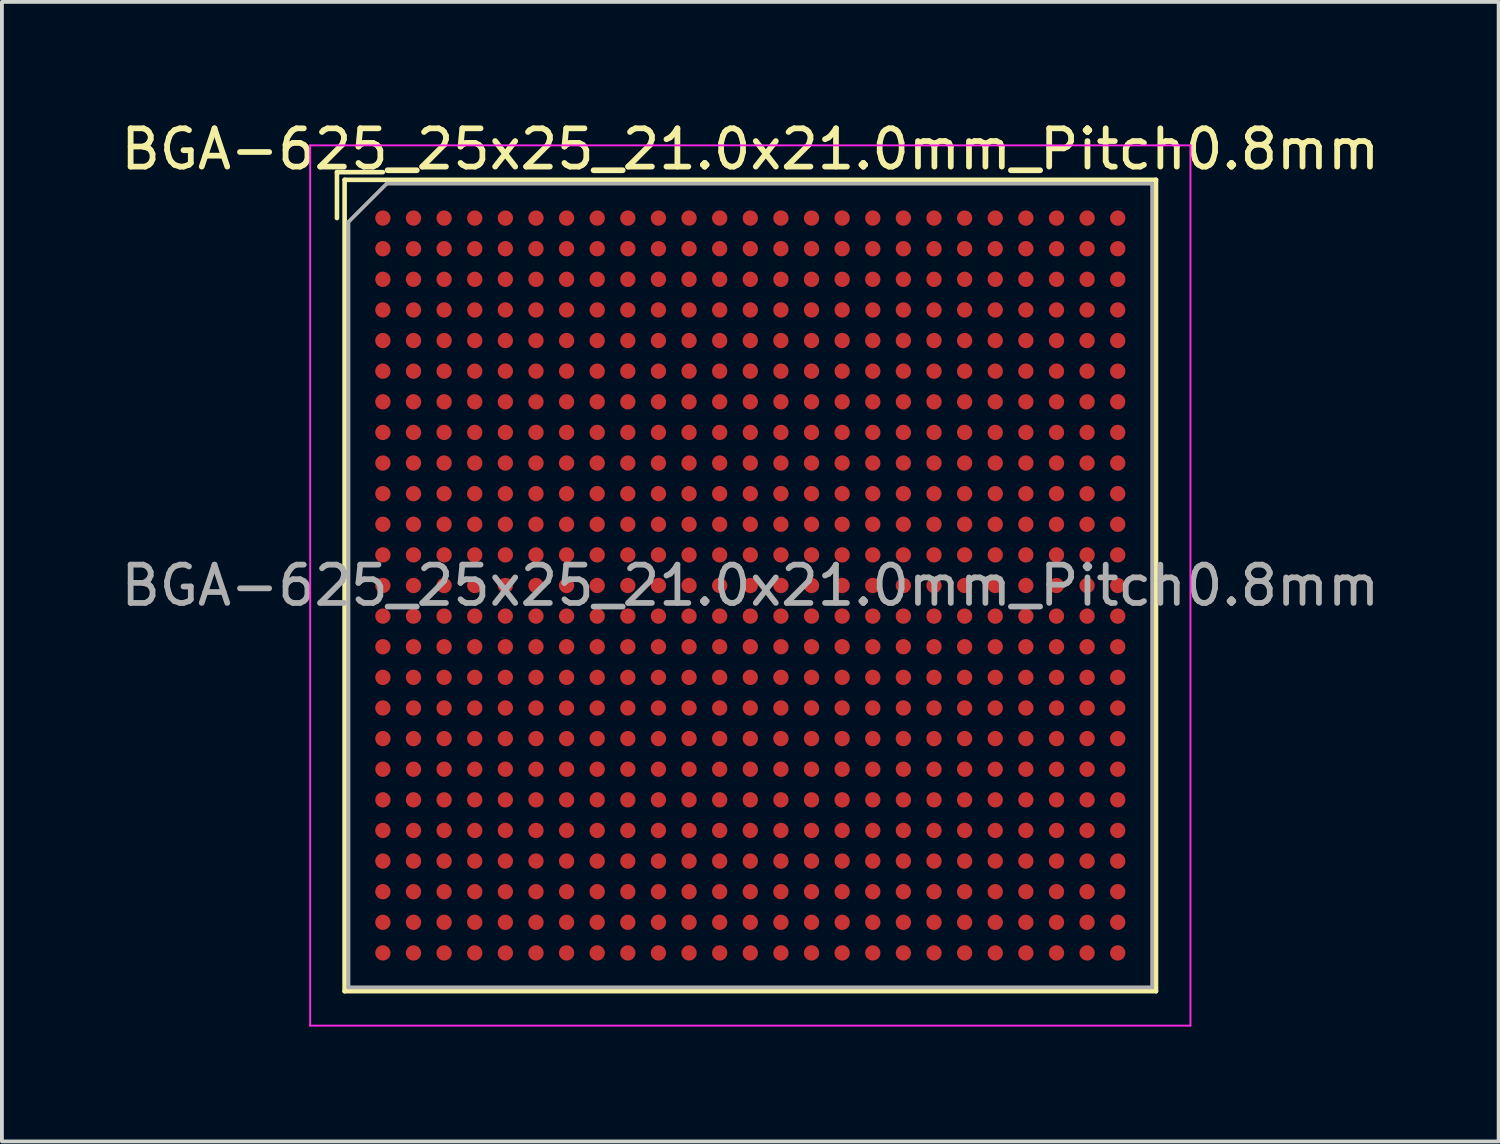
<source format=kicad_pcb>
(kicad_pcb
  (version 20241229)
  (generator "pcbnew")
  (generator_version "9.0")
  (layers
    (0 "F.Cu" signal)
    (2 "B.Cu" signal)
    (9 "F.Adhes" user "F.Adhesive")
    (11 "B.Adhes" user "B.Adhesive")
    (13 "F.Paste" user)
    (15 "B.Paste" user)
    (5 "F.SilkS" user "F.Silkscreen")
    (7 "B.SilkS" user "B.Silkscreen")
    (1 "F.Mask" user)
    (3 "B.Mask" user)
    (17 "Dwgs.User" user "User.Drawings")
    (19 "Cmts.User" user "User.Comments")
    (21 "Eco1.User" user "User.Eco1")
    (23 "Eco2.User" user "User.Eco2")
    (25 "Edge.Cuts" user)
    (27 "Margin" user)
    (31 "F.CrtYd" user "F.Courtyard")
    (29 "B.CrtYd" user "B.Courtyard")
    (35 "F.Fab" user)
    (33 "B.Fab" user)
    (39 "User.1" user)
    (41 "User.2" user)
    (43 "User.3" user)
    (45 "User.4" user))
  (footprint "BGA-625_25x25_21.0x21.0mm_Pitch0.8mm"
    (layer "F.Cu")
    (at 16.554 12.248)
    (property "Reference" "BGA-625_25x25_21.0x21.0mm_Pitch0.8mm" (at 0 -11.4 0) (layer "F.SilkS") (effects (font (size 1 1) (thickness 0.15))))
    (attr smd)
    (fp_line (start -10.8 -10.8) (end -10.8 -9.6) (stroke (width 0.12) (type solid)) (layer "F.SilkS"))
    (fp_line (start -10.6 -10.6) (end 10.6 -10.6) (stroke (width 0.12) (type solid)) (layer "F.SilkS"))
    (fp_line (start -10.6 10.6) (end -10.6 -10.6) (stroke (width 0.12) (type solid)) (layer "F.SilkS"))
    (fp_line (start -9.6 -10.8) (end -10.8 -10.8) (stroke (width 0.12) (type solid)) (layer "F.SilkS"))
    (fp_line (start 10.6 -10.6) (end 10.6 10.6) (stroke (width 0.12) (type solid)) (layer "F.SilkS"))
    (fp_line (start 10.6 10.6) (end -10.6 10.6) (stroke (width 0.12) (type solid)) (layer "F.SilkS"))
    (fp_line (start -11.5 -11.5) (end -11.5 11.5) (stroke (width 0.05) (type solid)) (layer "F.CrtYd"))
    (fp_line (start -11.5 -11.5) (end 11.5 -11.5) (stroke (width 0.05) (type solid)) (layer "F.CrtYd"))
    (fp_line (start 11.5 11.5) (end -11.5 11.5) (stroke (width 0.05) (type solid)) (layer "F.CrtYd"))
    (fp_line (start 11.5 11.5) (end 11.5 -11.5) (stroke (width 0.05) (type solid)) (layer "F.CrtYd"))
    (fp_line (start -10.5 -9.5) (end -9.5 -10.5) (stroke (width 0.1) (type solid)) (layer "F.Fab"))
    (fp_line (start -10.5 10.5) (end -10.5 -9.5) (stroke (width 0.1) (type solid)) (layer "F.Fab"))
    (fp_line (start -9.5 -10.5) (end 10.5 -10.5) (stroke (width 0.1) (type solid)) (layer "F.Fab"))
    (fp_line (start 10.5 -10.5) (end 10.5 10.5) (stroke (width 0.1) (type solid)) (layer "F.Fab"))
    (fp_line (start 10.5 10.5) (end -10.5 10.5) (stroke (width 0.1) (type solid)) (layer "F.Fab"))
    (fp_text user "${REFERENCE}" (at 0 0 0) (layer "F.Fab") (effects (font (size 1 1) (thickness 0.15))))
    (pad "A1" smd circle (at -9.6 -9.6) (size 0.4 0.4) (layers "F.Cu" "F.Mask" "F.Paste"))
    (pad "A2" smd circle (at -8.8 -9.6) (size 0.4 0.4) (layers "F.Cu" "F.Mask" "F.Paste"))
    (pad "A3" smd circle (at -8 -9.6) (size 0.4 0.4) (layers "F.Cu" "F.Mask" "F.Paste"))
    (pad "A4" smd circle (at -7.2 -9.6) (size 0.4 0.4) (layers "F.Cu" "F.Mask" "F.Paste"))
    (pad "A5" smd circle (at -6.4 -9.6) (size 0.4 0.4) (layers "F.Cu" "F.Mask" "F.Paste"))
    (pad "A6" smd circle (at -5.6 -9.6) (size 0.4 0.4) (layers "F.Cu" "F.Mask" "F.Paste"))
    (pad "A7" smd circle (at -4.8 -9.6) (size 0.4 0.4) (layers "F.Cu" "F.Mask" "F.Paste"))
    (pad "A8" smd circle (at -4 -9.6) (size 0.4 0.4) (layers "F.Cu" "F.Mask" "F.Paste"))
    (pad "A9" smd circle (at -3.2 -9.6) (size 0.4 0.4) (layers "F.Cu" "F.Mask" "F.Paste"))
    (pad "A10" smd circle (at -2.4 -9.6) (size 0.4 0.4) (layers "F.Cu" "F.Mask" "F.Paste"))
    (pad "A11" smd circle (at -1.6 -9.6) (size 0.4 0.4) (layers "F.Cu" "F.Mask" "F.Paste"))
    (pad "A12" smd circle (at -0.8 -9.6) (size 0.4 0.4) (layers "F.Cu" "F.Mask" "F.Paste"))
    (pad "A13" smd circle (at 0 -9.6) (size 0.4 0.4) (layers "F.Cu" "F.Mask" "F.Paste"))
    (pad "A14" smd circle (at 0.8 -9.6) (size 0.4 0.4) (layers "F.Cu" "F.Mask" "F.Paste"))
    (pad "A15" smd circle (at 1.6 -9.6) (size 0.4 0.4) (layers "F.Cu" "F.Mask" "F.Paste"))
    (pad "A16" smd circle (at 2.4 -9.6) (size 0.4 0.4) (layers "F.Cu" "F.Mask" "F.Paste"))
    (pad "A17" smd circle (at 3.2 -9.6) (size 0.4 0.4) (layers "F.Cu" "F.Mask" "F.Paste"))
    (pad "A18" smd circle (at 4 -9.6) (size 0.4 0.4) (layers "F.Cu" "F.Mask" "F.Paste"))
    (pad "A19" smd circle (at 4.8 -9.6) (size 0.4 0.4) (layers "F.Cu" "F.Mask" "F.Paste"))
    (pad "A20" smd circle (at 5.6 -9.6) (size 0.4 0.4) (layers "F.Cu" "F.Mask" "F.Paste"))
    (pad "A21" smd circle (at 6.4 -9.6) (size 0.4 0.4) (layers "F.Cu" "F.Mask" "F.Paste"))
    (pad "A22" smd circle (at 7.2 -9.6) (size 0.4 0.4) (layers "F.Cu" "F.Mask" "F.Paste"))
    (pad "A23" smd circle (at 8 -9.6) (size 0.4 0.4) (layers "F.Cu" "F.Mask" "F.Paste"))
    (pad "A24" smd circle (at 8.8 -9.6) (size 0.4 0.4) (layers "F.Cu" "F.Mask" "F.Paste"))
    (pad "A25" smd circle (at 9.6 -9.6) (size 0.4 0.4) (layers "F.Cu" "F.Mask" "F.Paste"))
    (pad "AA1" smd circle (at -9.6 6.4) (size 0.4 0.4) (layers "F.Cu" "F.Mask" "F.Paste"))
    (pad "AA2" smd circle (at -8.8 6.4) (size 0.4 0.4) (layers "F.Cu" "F.Mask" "F.Paste"))
    (pad "AA3" smd circle (at -8 6.4) (size 0.4 0.4) (layers "F.Cu" "F.Mask" "F.Paste"))
    (pad "AA4" smd circle (at -7.2 6.4) (size 0.4 0.4) (layers "F.Cu" "F.Mask" "F.Paste"))
    (pad "AA5" smd circle (at -6.4 6.4) (size 0.4 0.4) (layers "F.Cu" "F.Mask" "F.Paste"))
    (pad "AA6" smd circle (at -5.6 6.4) (size 0.4 0.4) (layers "F.Cu" "F.Mask" "F.Paste"))
    (pad "AA7" smd circle (at -4.8 6.4) (size 0.4 0.4) (layers "F.Cu" "F.Mask" "F.Paste"))
    (pad "AA8" smd circle (at -4 6.4) (size 0.4 0.4) (layers "F.Cu" "F.Mask" "F.Paste"))
    (pad "AA9" smd circle (at -3.2 6.4) (size 0.4 0.4) (layers "F.Cu" "F.Mask" "F.Paste"))
    (pad "AA10" smd circle (at -2.4 6.4) (size 0.4 0.4) (layers "F.Cu" "F.Mask" "F.Paste"))
    (pad "AA11" smd circle (at -1.6 6.4) (size 0.4 0.4) (layers "F.Cu" "F.Mask" "F.Paste"))
    (pad "AA12" smd circle (at -0.8 6.4) (size 0.4 0.4) (layers "F.Cu" "F.Mask" "F.Paste"))
    (pad "AA13" smd circle (at 0 6.4) (size 0.4 0.4) (layers "F.Cu" "F.Mask" "F.Paste"))
    (pad "AA14" smd circle (at 0.8 6.4) (size 0.4 0.4) (layers "F.Cu" "F.Mask" "F.Paste"))
    (pad "AA15" smd circle (at 1.6 6.4) (size 0.4 0.4) (layers "F.Cu" "F.Mask" "F.Paste"))
    (pad "AA16" smd circle (at 2.4 6.4) (size 0.4 0.4) (layers "F.Cu" "F.Mask" "F.Paste"))
    (pad "AA17" smd circle (at 3.2 6.4) (size 0.4 0.4) (layers "F.Cu" "F.Mask" "F.Paste"))
    (pad "AA18" smd circle (at 4 6.4) (size 0.4 0.4) (layers "F.Cu" "F.Mask" "F.Paste"))
    (pad "AA19" smd circle (at 4.8 6.4) (size 0.4 0.4) (layers "F.Cu" "F.Mask" "F.Paste"))
    (pad "AA20" smd circle (at 5.6 6.4) (size 0.4 0.4) (layers "F.Cu" "F.Mask" "F.Paste"))
    (pad "AA21" smd circle (at 6.4 6.4) (size 0.4 0.4) (layers "F.Cu" "F.Mask" "F.Paste"))
    (pad "AA22" smd circle (at 7.2 6.4) (size 0.4 0.4) (layers "F.Cu" "F.Mask" "F.Paste"))
    (pad "AA23" smd circle (at 8 6.4) (size 0.4 0.4) (layers "F.Cu" "F.Mask" "F.Paste"))
    (pad "AA24" smd circle (at 8.8 6.4) (size 0.4 0.4) (layers "F.Cu" "F.Mask" "F.Paste"))
    (pad "AA25" smd circle (at 9.6 6.4) (size 0.4 0.4) (layers "F.Cu" "F.Mask" "F.Paste"))
    (pad "AB1" smd circle (at -9.6 7.2) (size 0.4 0.4) (layers "F.Cu" "F.Mask" "F.Paste"))
    (pad "AB2" smd circle (at -8.8 7.2) (size 0.4 0.4) (layers "F.Cu" "F.Mask" "F.Paste"))
    (pad "AB3" smd circle (at -8 7.2) (size 0.4 0.4) (layers "F.Cu" "F.Mask" "F.Paste"))
    (pad "AB4" smd circle (at -7.2 7.2) (size 0.4 0.4) (layers "F.Cu" "F.Mask" "F.Paste"))
    (pad "AB5" smd circle (at -6.4 7.2) (size 0.4 0.4) (layers "F.Cu" "F.Mask" "F.Paste"))
    (pad "AB6" smd circle (at -5.6 7.2) (size 0.4 0.4) (layers "F.Cu" "F.Mask" "F.Paste"))
    (pad "AB7" smd circle (at -4.8 7.2) (size 0.4 0.4) (layers "F.Cu" "F.Mask" "F.Paste"))
    (pad "AB8" smd circle (at -4 7.2) (size 0.4 0.4) (layers "F.Cu" "F.Mask" "F.Paste"))
    (pad "AB9" smd circle (at -3.2 7.2) (size 0.4 0.4) (layers "F.Cu" "F.Mask" "F.Paste"))
    (pad "AB10" smd circle (at -2.4 7.2) (size 0.4 0.4) (layers "F.Cu" "F.Mask" "F.Paste"))
    (pad "AB11" smd circle (at -1.6 7.2) (size 0.4 0.4) (layers "F.Cu" "F.Mask" "F.Paste"))
    (pad "AB12" smd circle (at -0.8 7.2) (size 0.4 0.4) (layers "F.Cu" "F.Mask" "F.Paste"))
    (pad "AB13" smd circle (at 0 7.2) (size 0.4 0.4) (layers "F.Cu" "F.Mask" "F.Paste"))
    (pad "AB14" smd circle (at 0.8 7.2) (size 0.4 0.4) (layers "F.Cu" "F.Mask" "F.Paste"))
    (pad "AB15" smd circle (at 1.6 7.2) (size 0.4 0.4) (layers "F.Cu" "F.Mask" "F.Paste"))
    (pad "AB16" smd circle (at 2.4 7.2) (size 0.4 0.4) (layers "F.Cu" "F.Mask" "F.Paste"))
    (pad "AB17" smd circle (at 3.2 7.2) (size 0.4 0.4) (layers "F.Cu" "F.Mask" "F.Paste"))
    (pad "AB18" smd circle (at 4 7.2) (size 0.4 0.4) (layers "F.Cu" "F.Mask" "F.Paste"))
    (pad "AB19" smd circle (at 4.8 7.2) (size 0.4 0.4) (layers "F.Cu" "F.Mask" "F.Paste"))
    (pad "AB20" smd circle (at 5.6 7.2) (size 0.4 0.4) (layers "F.Cu" "F.Mask" "F.Paste"))
    (pad "AB21" smd circle (at 6.4 7.2) (size 0.4 0.4) (layers "F.Cu" "F.Mask" "F.Paste"))
    (pad "AB22" smd circle (at 7.2 7.2) (size 0.4 0.4) (layers "F.Cu" "F.Mask" "F.Paste"))
    (pad "AB23" smd circle (at 8 7.2) (size 0.4 0.4) (layers "F.Cu" "F.Mask" "F.Paste"))
    (pad "AB24" smd circle (at 8.8 7.2) (size 0.4 0.4) (layers "F.Cu" "F.Mask" "F.Paste"))
    (pad "AB25" smd circle (at 9.6 7.2) (size 0.4 0.4) (layers "F.Cu" "F.Mask" "F.Paste"))
    (pad "AC1" smd circle (at -9.6 8) (size 0.4 0.4) (layers "F.Cu" "F.Mask" "F.Paste"))
    (pad "AC2" smd circle (at -8.8 8) (size 0.4 0.4) (layers "F.Cu" "F.Mask" "F.Paste"))
    (pad "AC3" smd circle (at -8 8) (size 0.4 0.4) (layers "F.Cu" "F.Mask" "F.Paste"))
    (pad "AC4" smd circle (at -7.2 8) (size 0.4 0.4) (layers "F.Cu" "F.Mask" "F.Paste"))
    (pad "AC5" smd circle (at -6.4 8) (size 0.4 0.4) (layers "F.Cu" "F.Mask" "F.Paste"))
    (pad "AC6" smd circle (at -5.6 8) (size 0.4 0.4) (layers "F.Cu" "F.Mask" "F.Paste"))
    (pad "AC7" smd circle (at -4.8 8) (size 0.4 0.4) (layers "F.Cu" "F.Mask" "F.Paste"))
    (pad "AC8" smd circle (at -4 8) (size 0.4 0.4) (layers "F.Cu" "F.Mask" "F.Paste"))
    (pad "AC9" smd circle (at -3.2 8) (size 0.4 0.4) (layers "F.Cu" "F.Mask" "F.Paste"))
    (pad "AC10" smd circle (at -2.4 8) (size 0.4 0.4) (layers "F.Cu" "F.Mask" "F.Paste"))
    (pad "AC11" smd circle (at -1.6 8) (size 0.4 0.4) (layers "F.Cu" "F.Mask" "F.Paste"))
    (pad "AC12" smd circle (at -0.8 8) (size 0.4 0.4) (layers "F.Cu" "F.Mask" "F.Paste"))
    (pad "AC13" smd circle (at 0 8) (size 0.4 0.4) (layers "F.Cu" "F.Mask" "F.Paste"))
    (pad "AC14" smd circle (at 0.8 8) (size 0.4 0.4) (layers "F.Cu" "F.Mask" "F.Paste"))
    (pad "AC15" smd circle (at 1.6 8) (size 0.4 0.4) (layers "F.Cu" "F.Mask" "F.Paste"))
    (pad "AC16" smd circle (at 2.4 8) (size 0.4 0.4) (layers "F.Cu" "F.Mask" "F.Paste"))
    (pad "AC17" smd circle (at 3.2 8) (size 0.4 0.4) (layers "F.Cu" "F.Mask" "F.Paste"))
    (pad "AC18" smd circle (at 4 8) (size 0.4 0.4) (layers "F.Cu" "F.Mask" "F.Paste"))
    (pad "AC19" smd circle (at 4.8 8) (size 0.4 0.4) (layers "F.Cu" "F.Mask" "F.Paste"))
    (pad "AC20" smd circle (at 5.6 8) (size 0.4 0.4) (layers "F.Cu" "F.Mask" "F.Paste"))
    (pad "AC21" smd circle (at 6.4 8) (size 0.4 0.4) (layers "F.Cu" "F.Mask" "F.Paste"))
    (pad "AC22" smd circle (at 7.2 8) (size 0.4 0.4) (layers "F.Cu" "F.Mask" "F.Paste"))
    (pad "AC23" smd circle (at 8 8) (size 0.4 0.4) (layers "F.Cu" "F.Mask" "F.Paste"))
    (pad "AC24" smd circle (at 8.8 8) (size 0.4 0.4) (layers "F.Cu" "F.Mask" "F.Paste"))
    (pad "AC25" smd circle (at 9.6 8) (size 0.4 0.4) (layers "F.Cu" "F.Mask" "F.Paste"))
    (pad "AD1" smd circle (at -9.6 8.8) (size 0.4 0.4) (layers "F.Cu" "F.Mask" "F.Paste"))
    (pad "AD2" smd circle (at -8.8 8.8) (size 0.4 0.4) (layers "F.Cu" "F.Mask" "F.Paste"))
    (pad "AD3" smd circle (at -8 8.8) (size 0.4 0.4) (layers "F.Cu" "F.Mask" "F.Paste"))
    (pad "AD4" smd circle (at -7.2 8.8) (size 0.4 0.4) (layers "F.Cu" "F.Mask" "F.Paste"))
    (pad "AD5" smd circle (at -6.4 8.8) (size 0.4 0.4) (layers "F.Cu" "F.Mask" "F.Paste"))
    (pad "AD6" smd circle (at -5.6 8.8) (size 0.4 0.4) (layers "F.Cu" "F.Mask" "F.Paste"))
    (pad "AD7" smd circle (at -4.8 8.8) (size 0.4 0.4) (layers "F.Cu" "F.Mask" "F.Paste"))
    (pad "AD8" smd circle (at -4 8.8) (size 0.4 0.4) (layers "F.Cu" "F.Mask" "F.Paste"))
    (pad "AD9" smd circle (at -3.2 8.8) (size 0.4 0.4) (layers "F.Cu" "F.Mask" "F.Paste"))
    (pad "AD10" smd circle (at -2.4 8.8) (size 0.4 0.4) (layers "F.Cu" "F.Mask" "F.Paste"))
    (pad "AD11" smd circle (at -1.6 8.8) (size 0.4 0.4) (layers "F.Cu" "F.Mask" "F.Paste"))
    (pad "AD12" smd circle (at -0.8 8.8) (size 0.4 0.4) (layers "F.Cu" "F.Mask" "F.Paste"))
    (pad "AD13" smd circle (at 0 8.8) (size 0.4 0.4) (layers "F.Cu" "F.Mask" "F.Paste"))
    (pad "AD14" smd circle (at 0.8 8.8) (size 0.4 0.4) (layers "F.Cu" "F.Mask" "F.Paste"))
    (pad "AD15" smd circle (at 1.6 8.8) (size 0.4 0.4) (layers "F.Cu" "F.Mask" "F.Paste"))
    (pad "AD16" smd circle (at 2.4 8.8) (size 0.4 0.4) (layers "F.Cu" "F.Mask" "F.Paste"))
    (pad "AD17" smd circle (at 3.2 8.8) (size 0.4 0.4) (layers "F.Cu" "F.Mask" "F.Paste"))
    (pad "AD18" smd circle (at 4 8.8) (size 0.4 0.4) (layers "F.Cu" "F.Mask" "F.Paste"))
    (pad "AD19" smd circle (at 4.8 8.8) (size 0.4 0.4) (layers "F.Cu" "F.Mask" "F.Paste"))
    (pad "AD20" smd circle (at 5.6 8.8) (size 0.4 0.4) (layers "F.Cu" "F.Mask" "F.Paste"))
    (pad "AD21" smd circle (at 6.4 8.8) (size 0.4 0.4) (layers "F.Cu" "F.Mask" "F.Paste"))
    (pad "AD22" smd circle (at 7.2 8.8) (size 0.4 0.4) (layers "F.Cu" "F.Mask" "F.Paste"))
    (pad "AD23" smd circle (at 8 8.8) (size 0.4 0.4) (layers "F.Cu" "F.Mask" "F.Paste"))
    (pad "AD24" smd circle (at 8.8 8.8) (size 0.4 0.4) (layers "F.Cu" "F.Mask" "F.Paste"))
    (pad "AD25" smd circle (at 9.6 8.8) (size 0.4 0.4) (layers "F.Cu" "F.Mask" "F.Paste"))
    (pad "AE1" smd circle (at -9.6 9.6) (size 0.4 0.4) (layers "F.Cu" "F.Mask" "F.Paste"))
    (pad "AE2" smd circle (at -8.8 9.6) (size 0.4 0.4) (layers "F.Cu" "F.Mask" "F.Paste"))
    (pad "AE3" smd circle (at -8 9.6) (size 0.4 0.4) (layers "F.Cu" "F.Mask" "F.Paste"))
    (pad "AE4" smd circle (at -7.2 9.6) (size 0.4 0.4) (layers "F.Cu" "F.Mask" "F.Paste"))
    (pad "AE5" smd circle (at -6.4 9.6) (size 0.4 0.4) (layers "F.Cu" "F.Mask" "F.Paste"))
    (pad "AE6" smd circle (at -5.6 9.6) (size 0.4 0.4) (layers "F.Cu" "F.Mask" "F.Paste"))
    (pad "AE7" smd circle (at -4.8 9.6) (size 0.4 0.4) (layers "F.Cu" "F.Mask" "F.Paste"))
    (pad "AE8" smd circle (at -4 9.6) (size 0.4 0.4) (layers "F.Cu" "F.Mask" "F.Paste"))
    (pad "AE9" smd circle (at -3.2 9.6) (size 0.4 0.4) (layers "F.Cu" "F.Mask" "F.Paste"))
    (pad "AE10" smd circle (at -2.4 9.6) (size 0.4 0.4) (layers "F.Cu" "F.Mask" "F.Paste"))
    (pad "AE11" smd circle (at -1.6 9.6) (size 0.4 0.4) (layers "F.Cu" "F.Mask" "F.Paste"))
    (pad "AE12" smd circle (at -0.8 9.6) (size 0.4 0.4) (layers "F.Cu" "F.Mask" "F.Paste"))
    (pad "AE13" smd circle (at 0 9.6) (size 0.4 0.4) (layers "F.Cu" "F.Mask" "F.Paste"))
    (pad "AE14" smd circle (at 0.8 9.6) (size 0.4 0.4) (layers "F.Cu" "F.Mask" "F.Paste"))
    (pad "AE15" smd circle (at 1.6 9.6) (size 0.4 0.4) (layers "F.Cu" "F.Mask" "F.Paste"))
    (pad "AE16" smd circle (at 2.4 9.6) (size 0.4 0.4) (layers "F.Cu" "F.Mask" "F.Paste"))
    (pad "AE17" smd circle (at 3.2 9.6) (size 0.4 0.4) (layers "F.Cu" "F.Mask" "F.Paste"))
    (pad "AE18" smd circle (at 4 9.6) (size 0.4 0.4) (layers "F.Cu" "F.Mask" "F.Paste"))
    (pad "AE19" smd circle (at 4.8 9.6) (size 0.4 0.4) (layers "F.Cu" "F.Mask" "F.Paste"))
    (pad "AE20" smd circle (at 5.6 9.6) (size 0.4 0.4) (layers "F.Cu" "F.Mask" "F.Paste"))
    (pad "AE21" smd circle (at 6.4 9.6) (size 0.4 0.4) (layers "F.Cu" "F.Mask" "F.Paste"))
    (pad "AE22" smd circle (at 7.2 9.6) (size 0.4 0.4) (layers "F.Cu" "F.Mask" "F.Paste"))
    (pad "AE23" smd circle (at 8 9.6) (size 0.4 0.4) (layers "F.Cu" "F.Mask" "F.Paste"))
    (pad "AE24" smd circle (at 8.8 9.6) (size 0.4 0.4) (layers "F.Cu" "F.Mask" "F.Paste"))
    (pad "AE25" smd circle (at 9.6 9.6) (size 0.4 0.4) (layers "F.Cu" "F.Mask" "F.Paste"))
    (pad "B1" smd circle (at -9.6 -8.8) (size 0.4 0.4) (layers "F.Cu" "F.Mask" "F.Paste"))
    (pad "B2" smd circle (at -8.8 -8.8) (size 0.4 0.4) (layers "F.Cu" "F.Mask" "F.Paste"))
    (pad "B3" smd circle (at -8 -8.8) (size 0.4 0.4) (layers "F.Cu" "F.Mask" "F.Paste"))
    (pad "B4" smd circle (at -7.2 -8.8) (size 0.4 0.4) (layers "F.Cu" "F.Mask" "F.Paste"))
    (pad "B5" smd circle (at -6.4 -8.8) (size 0.4 0.4) (layers "F.Cu" "F.Mask" "F.Paste"))
    (pad "B6" smd circle (at -5.6 -8.8) (size 0.4 0.4) (layers "F.Cu" "F.Mask" "F.Paste"))
    (pad "B7" smd circle (at -4.8 -8.8) (size 0.4 0.4) (layers "F.Cu" "F.Mask" "F.Paste"))
    (pad "B8" smd circle (at -4 -8.8) (size 0.4 0.4) (layers "F.Cu" "F.Mask" "F.Paste"))
    (pad "B9" smd circle (at -3.2 -8.8) (size 0.4 0.4) (layers "F.Cu" "F.Mask" "F.Paste"))
    (pad "B10" smd circle (at -2.4 -8.8) (size 0.4 0.4) (layers "F.Cu" "F.Mask" "F.Paste"))
    (pad "B11" smd circle (at -1.6 -8.8) (size 0.4 0.4) (layers "F.Cu" "F.Mask" "F.Paste"))
    (pad "B12" smd circle (at -0.8 -8.8) (size 0.4 0.4) (layers "F.Cu" "F.Mask" "F.Paste"))
    (pad "B13" smd circle (at 0 -8.8) (size 0.4 0.4) (layers "F.Cu" "F.Mask" "F.Paste"))
    (pad "B14" smd circle (at 0.8 -8.8) (size 0.4 0.4) (layers "F.Cu" "F.Mask" "F.Paste"))
    (pad "B15" smd circle (at 1.6 -8.8) (size 0.4 0.4) (layers "F.Cu" "F.Mask" "F.Paste"))
    (pad "B16" smd circle (at 2.4 -8.8) (size 0.4 0.4) (layers "F.Cu" "F.Mask" "F.Paste"))
    (pad "B17" smd circle (at 3.2 -8.8) (size 0.4 0.4) (layers "F.Cu" "F.Mask" "F.Paste"))
    (pad "B18" smd circle (at 4 -8.8) (size 0.4 0.4) (layers "F.Cu" "F.Mask" "F.Paste"))
    (pad "B19" smd circle (at 4.8 -8.8) (size 0.4 0.4) (layers "F.Cu" "F.Mask" "F.Paste"))
    (pad "B20" smd circle (at 5.6 -8.8) (size 0.4 0.4) (layers "F.Cu" "F.Mask" "F.Paste"))
    (pad "B21" smd circle (at 6.4 -8.8) (size 0.4 0.4) (layers "F.Cu" "F.Mask" "F.Paste"))
    (pad "B22" smd circle (at 7.2 -8.8) (size 0.4 0.4) (layers "F.Cu" "F.Mask" "F.Paste"))
    (pad "B23" smd circle (at 8 -8.8) (size 0.4 0.4) (layers "F.Cu" "F.Mask" "F.Paste"))
    (pad "B24" smd circle (at 8.8 -8.8) (size 0.4 0.4) (layers "F.Cu" "F.Mask" "F.Paste"))
    (pad "B25" smd circle (at 9.6 -8.8) (size 0.4 0.4) (layers "F.Cu" "F.Mask" "F.Paste"))
    (pad "C1" smd circle (at -9.6 -8) (size 0.4 0.4) (layers "F.Cu" "F.Mask" "F.Paste"))
    (pad "C2" smd circle (at -8.8 -8) (size 0.4 0.4) (layers "F.Cu" "F.Mask" "F.Paste"))
    (pad "C3" smd circle (at -8 -8) (size 0.4 0.4) (layers "F.Cu" "F.Mask" "F.Paste"))
    (pad "C4" smd circle (at -7.2 -8) (size 0.4 0.4) (layers "F.Cu" "F.Mask" "F.Paste"))
    (pad "C5" smd circle (at -6.4 -8) (size 0.4 0.4) (layers "F.Cu" "F.Mask" "F.Paste"))
    (pad "C6" smd circle (at -5.6 -8) (size 0.4 0.4) (layers "F.Cu" "F.Mask" "F.Paste"))
    (pad "C7" smd circle (at -4.8 -8) (size 0.4 0.4) (layers "F.Cu" "F.Mask" "F.Paste"))
    (pad "C8" smd circle (at -4 -8) (size 0.4 0.4) (layers "F.Cu" "F.Mask" "F.Paste"))
    (pad "C9" smd circle (at -3.2 -8) (size 0.4 0.4) (layers "F.Cu" "F.Mask" "F.Paste"))
    (pad "C10" smd circle (at -2.4 -8) (size 0.4 0.4) (layers "F.Cu" "F.Mask" "F.Paste"))
    (pad "C11" smd circle (at -1.6 -8) (size 0.4 0.4) (layers "F.Cu" "F.Mask" "F.Paste"))
    (pad "C12" smd circle (at -0.8 -8) (size 0.4 0.4) (layers "F.Cu" "F.Mask" "F.Paste"))
    (pad "C13" smd circle (at 0 -8) (size 0.4 0.4) (layers "F.Cu" "F.Mask" "F.Paste"))
    (pad "C14" smd circle (at 0.8 -8) (size 0.4 0.4) (layers "F.Cu" "F.Mask" "F.Paste"))
    (pad "C15" smd circle (at 1.6 -8) (size 0.4 0.4) (layers "F.Cu" "F.Mask" "F.Paste"))
    (pad "C16" smd circle (at 2.4 -8) (size 0.4 0.4) (layers "F.Cu" "F.Mask" "F.Paste"))
    (pad "C17" smd circle (at 3.2 -8) (size 0.4 0.4) (layers "F.Cu" "F.Mask" "F.Paste"))
    (pad "C18" smd circle (at 4 -8) (size 0.4 0.4) (layers "F.Cu" "F.Mask" "F.Paste"))
    (pad "C19" smd circle (at 4.8 -8) (size 0.4 0.4) (layers "F.Cu" "F.Mask" "F.Paste"))
    (pad "C20" smd circle (at 5.6 -8) (size 0.4 0.4) (layers "F.Cu" "F.Mask" "F.Paste"))
    (pad "C21" smd circle (at 6.4 -8) (size 0.4 0.4) (layers "F.Cu" "F.Mask" "F.Paste"))
    (pad "C22" smd circle (at 7.2 -8) (size 0.4 0.4) (layers "F.Cu" "F.Mask" "F.Paste"))
    (pad "C23" smd circle (at 8 -8) (size 0.4 0.4) (layers "F.Cu" "F.Mask" "F.Paste"))
    (pad "C24" smd circle (at 8.8 -8) (size 0.4 0.4) (layers "F.Cu" "F.Mask" "F.Paste"))
    (pad "C25" smd circle (at 9.6 -8) (size 0.4 0.4) (layers "F.Cu" "F.Mask" "F.Paste"))
    (pad "D1" smd circle (at -9.6 -7.2) (size 0.4 0.4) (layers "F.Cu" "F.Mask" "F.Paste"))
    (pad "D2" smd circle (at -8.8 -7.2) (size 0.4 0.4) (layers "F.Cu" "F.Mask" "F.Paste"))
    (pad "D3" smd circle (at -8 -7.2) (size 0.4 0.4) (layers "F.Cu" "F.Mask" "F.Paste"))
    (pad "D4" smd circle (at -7.2 -7.2) (size 0.4 0.4) (layers "F.Cu" "F.Mask" "F.Paste"))
    (pad "D5" smd circle (at -6.4 -7.2) (size 0.4 0.4) (layers "F.Cu" "F.Mask" "F.Paste"))
    (pad "D6" smd circle (at -5.6 -7.2) (size 0.4 0.4) (layers "F.Cu" "F.Mask" "F.Paste"))
    (pad "D7" smd circle (at -4.8 -7.2) (size 0.4 0.4) (layers "F.Cu" "F.Mask" "F.Paste"))
    (pad "D8" smd circle (at -4 -7.2) (size 0.4 0.4) (layers "F.Cu" "F.Mask" "F.Paste"))
    (pad "D9" smd circle (at -3.2 -7.2) (size 0.4 0.4) (layers "F.Cu" "F.Mask" "F.Paste"))
    (pad "D10" smd circle (at -2.4 -7.2) (size 0.4 0.4) (layers "F.Cu" "F.Mask" "F.Paste"))
    (pad "D11" smd circle (at -1.6 -7.2) (size 0.4 0.4) (layers "F.Cu" "F.Mask" "F.Paste"))
    (pad "D12" smd circle (at -0.8 -7.2) (size 0.4 0.4) (layers "F.Cu" "F.Mask" "F.Paste"))
    (pad "D13" smd circle (at 0 -7.2) (size 0.4 0.4) (layers "F.Cu" "F.Mask" "F.Paste"))
    (pad "D14" smd circle (at 0.8 -7.2) (size 0.4 0.4) (layers "F.Cu" "F.Mask" "F.Paste"))
    (pad "D15" smd circle (at 1.6 -7.2) (size 0.4 0.4) (layers "F.Cu" "F.Mask" "F.Paste"))
    (pad "D16" smd circle (at 2.4 -7.2) (size 0.4 0.4) (layers "F.Cu" "F.Mask" "F.Paste"))
    (pad "D17" smd circle (at 3.2 -7.2) (size 0.4 0.4) (layers "F.Cu" "F.Mask" "F.Paste"))
    (pad "D18" smd circle (at 4 -7.2) (size 0.4 0.4) (layers "F.Cu" "F.Mask" "F.Paste"))
    (pad "D19" smd circle (at 4.8 -7.2) (size 0.4 0.4) (layers "F.Cu" "F.Mask" "F.Paste"))
    (pad "D20" smd circle (at 5.6 -7.2) (size 0.4 0.4) (layers "F.Cu" "F.Mask" "F.Paste"))
    (pad "D21" smd circle (at 6.4 -7.2) (size 0.4 0.4) (layers "F.Cu" "F.Mask" "F.Paste"))
    (pad "D22" smd circle (at 7.2 -7.2) (size 0.4 0.4) (layers "F.Cu" "F.Mask" "F.Paste"))
    (pad "D23" smd circle (at 8 -7.2) (size 0.4 0.4) (layers "F.Cu" "F.Mask" "F.Paste"))
    (pad "D24" smd circle (at 8.8 -7.2) (size 0.4 0.4) (layers "F.Cu" "F.Mask" "F.Paste"))
    (pad "D25" smd circle (at 9.6 -7.2) (size 0.4 0.4) (layers "F.Cu" "F.Mask" "F.Paste"))
    (pad "E1" smd circle (at -9.6 -6.4) (size 0.4 0.4) (layers "F.Cu" "F.Mask" "F.Paste"))
    (pad "E2" smd circle (at -8.8 -6.4) (size 0.4 0.4) (layers "F.Cu" "F.Mask" "F.Paste"))
    (pad "E3" smd circle (at -8 -6.4) (size 0.4 0.4) (layers "F.Cu" "F.Mask" "F.Paste"))
    (pad "E4" smd circle (at -7.2 -6.4) (size 0.4 0.4) (layers "F.Cu" "F.Mask" "F.Paste"))
    (pad "E5" smd circle (at -6.4 -6.4) (size 0.4 0.4) (layers "F.Cu" "F.Mask" "F.Paste"))
    (pad "E6" smd circle (at -5.6 -6.4) (size 0.4 0.4) (layers "F.Cu" "F.Mask" "F.Paste"))
    (pad "E7" smd circle (at -4.8 -6.4) (size 0.4 0.4) (layers "F.Cu" "F.Mask" "F.Paste"))
    (pad "E8" smd circle (at -4 -6.4) (size 0.4 0.4) (layers "F.Cu" "F.Mask" "F.Paste"))
    (pad "E9" smd circle (at -3.2 -6.4) (size 0.4 0.4) (layers "F.Cu" "F.Mask" "F.Paste"))
    (pad "E10" smd circle (at -2.4 -6.4) (size 0.4 0.4) (layers "F.Cu" "F.Mask" "F.Paste"))
    (pad "E11" smd circle (at -1.6 -6.4) (size 0.4 0.4) (layers "F.Cu" "F.Mask" "F.Paste"))
    (pad "E12" smd circle (at -0.8 -6.4) (size 0.4 0.4) (layers "F.Cu" "F.Mask" "F.Paste"))
    (pad "E13" smd circle (at 0 -6.4) (size 0.4 0.4) (layers "F.Cu" "F.Mask" "F.Paste"))
    (pad "E14" smd circle (at 0.8 -6.4) (size 0.4 0.4) (layers "F.Cu" "F.Mask" "F.Paste"))
    (pad "E15" smd circle (at 1.6 -6.4) (size 0.4 0.4) (layers "F.Cu" "F.Mask" "F.Paste"))
    (pad "E16" smd circle (at 2.4 -6.4) (size 0.4 0.4) (layers "F.Cu" "F.Mask" "F.Paste"))
    (pad "E17" smd circle (at 3.2 -6.4) (size 0.4 0.4) (layers "F.Cu" "F.Mask" "F.Paste"))
    (pad "E18" smd circle (at 4 -6.4) (size 0.4 0.4) (layers "F.Cu" "F.Mask" "F.Paste"))
    (pad "E19" smd circle (at 4.8 -6.4) (size 0.4 0.4) (layers "F.Cu" "F.Mask" "F.Paste"))
    (pad "E20" smd circle (at 5.6 -6.4) (size 0.4 0.4) (layers "F.Cu" "F.Mask" "F.Paste"))
    (pad "E21" smd circle (at 6.4 -6.4) (size 0.4 0.4) (layers "F.Cu" "F.Mask" "F.Paste"))
    (pad "E22" smd circle (at 7.2 -6.4) (size 0.4 0.4) (layers "F.Cu" "F.Mask" "F.Paste"))
    (pad "E23" smd circle (at 8 -6.4) (size 0.4 0.4) (layers "F.Cu" "F.Mask" "F.Paste"))
    (pad "E24" smd circle (at 8.8 -6.4) (size 0.4 0.4) (layers "F.Cu" "F.Mask" "F.Paste"))
    (pad "E25" smd circle (at 9.6 -6.4) (size 0.4 0.4) (layers "F.Cu" "F.Mask" "F.Paste"))
    (pad "F1" smd circle (at -9.6 -5.6) (size 0.4 0.4) (layers "F.Cu" "F.Mask" "F.Paste"))
    (pad "F2" smd circle (at -8.8 -5.6) (size 0.4 0.4) (layers "F.Cu" "F.Mask" "F.Paste"))
    (pad "F3" smd circle (at -8 -5.6) (size 0.4 0.4) (layers "F.Cu" "F.Mask" "F.Paste"))
    (pad "F4" smd circle (at -7.2 -5.6) (size 0.4 0.4) (layers "F.Cu" "F.Mask" "F.Paste"))
    (pad "F5" smd circle (at -6.4 -5.6) (size 0.4 0.4) (layers "F.Cu" "F.Mask" "F.Paste"))
    (pad "F6" smd circle (at -5.6 -5.6) (size 0.4 0.4) (layers "F.Cu" "F.Mask" "F.Paste"))
    (pad "F7" smd circle (at -4.8 -5.6) (size 0.4 0.4) (layers "F.Cu" "F.Mask" "F.Paste"))
    (pad "F8" smd circle (at -4 -5.6) (size 0.4 0.4) (layers "F.Cu" "F.Mask" "F.Paste"))
    (pad "F9" smd circle (at -3.2 -5.6) (size 0.4 0.4) (layers "F.Cu" "F.Mask" "F.Paste"))
    (pad "F10" smd circle (at -2.4 -5.6) (size 0.4 0.4) (layers "F.Cu" "F.Mask" "F.Paste"))
    (pad "F11" smd circle (at -1.6 -5.6) (size 0.4 0.4) (layers "F.Cu" "F.Mask" "F.Paste"))
    (pad "F12" smd circle (at -0.8 -5.6) (size 0.4 0.4) (layers "F.Cu" "F.Mask" "F.Paste"))
    (pad "F13" smd circle (at 0 -5.6) (size 0.4 0.4) (layers "F.Cu" "F.Mask" "F.Paste"))
    (pad "F14" smd circle (at 0.8 -5.6) (size 0.4 0.4) (layers "F.Cu" "F.Mask" "F.Paste"))
    (pad "F15" smd circle (at 1.6 -5.6) (size 0.4 0.4) (layers "F.Cu" "F.Mask" "F.Paste"))
    (pad "F16" smd circle (at 2.4 -5.6) (size 0.4 0.4) (layers "F.Cu" "F.Mask" "F.Paste"))
    (pad "F17" smd circle (at 3.2 -5.6) (size 0.4 0.4) (layers "F.Cu" "F.Mask" "F.Paste"))
    (pad "F18" smd circle (at 4 -5.6) (size 0.4 0.4) (layers "F.Cu" "F.Mask" "F.Paste"))
    (pad "F19" smd circle (at 4.8 -5.6) (size 0.4 0.4) (layers "F.Cu" "F.Mask" "F.Paste"))
    (pad "F20" smd circle (at 5.6 -5.6) (size 0.4 0.4) (layers "F.Cu" "F.Mask" "F.Paste"))
    (pad "F21" smd circle (at 6.4 -5.6) (size 0.4 0.4) (layers "F.Cu" "F.Mask" "F.Paste"))
    (pad "F22" smd circle (at 7.2 -5.6) (size 0.4 0.4) (layers "F.Cu" "F.Mask" "F.Paste"))
    (pad "F23" smd circle (at 8 -5.6) (size 0.4 0.4) (layers "F.Cu" "F.Mask" "F.Paste"))
    (pad "F24" smd circle (at 8.8 -5.6) (size 0.4 0.4) (layers "F.Cu" "F.Mask" "F.Paste"))
    (pad "F25" smd circle (at 9.6 -5.6) (size 0.4 0.4) (layers "F.Cu" "F.Mask" "F.Paste"))
    (pad "G1" smd circle (at -9.6 -4.8) (size 0.4 0.4) (layers "F.Cu" "F.Mask" "F.Paste"))
    (pad "G2" smd circle (at -8.8 -4.8) (size 0.4 0.4) (layers "F.Cu" "F.Mask" "F.Paste"))
    (pad "G3" smd circle (at -8 -4.8) (size 0.4 0.4) (layers "F.Cu" "F.Mask" "F.Paste"))
    (pad "G4" smd circle (at -7.2 -4.8) (size 0.4 0.4) (layers "F.Cu" "F.Mask" "F.Paste"))
    (pad "G5" smd circle (at -6.4 -4.8) (size 0.4 0.4) (layers "F.Cu" "F.Mask" "F.Paste"))
    (pad "G6" smd circle (at -5.6 -4.8) (size 0.4 0.4) (layers "F.Cu" "F.Mask" "F.Paste"))
    (pad "G7" smd circle (at -4.8 -4.8) (size 0.4 0.4) (layers "F.Cu" "F.Mask" "F.Paste"))
    (pad "G8" smd circle (at -4 -4.8) (size 0.4 0.4) (layers "F.Cu" "F.Mask" "F.Paste"))
    (pad "G9" smd circle (at -3.2 -4.8) (size 0.4 0.4) (layers "F.Cu" "F.Mask" "F.Paste"))
    (pad "G10" smd circle (at -2.4 -4.8) (size 0.4 0.4) (layers "F.Cu" "F.Mask" "F.Paste"))
    (pad "G11" smd circle (at -1.6 -4.8) (size 0.4 0.4) (layers "F.Cu" "F.Mask" "F.Paste"))
    (pad "G12" smd circle (at -0.8 -4.8) (size 0.4 0.4) (layers "F.Cu" "F.Mask" "F.Paste"))
    (pad "G13" smd circle (at 0 -4.8) (size 0.4 0.4) (layers "F.Cu" "F.Mask" "F.Paste"))
    (pad "G14" smd circle (at 0.8 -4.8) (size 0.4 0.4) (layers "F.Cu" "F.Mask" "F.Paste"))
    (pad "G15" smd circle (at 1.6 -4.8) (size 0.4 0.4) (layers "F.Cu" "F.Mask" "F.Paste"))
    (pad "G16" smd circle (at 2.4 -4.8) (size 0.4 0.4) (layers "F.Cu" "F.Mask" "F.Paste"))
    (pad "G17" smd circle (at 3.2 -4.8) (size 0.4 0.4) (layers "F.Cu" "F.Mask" "F.Paste"))
    (pad "G18" smd circle (at 4 -4.8) (size 0.4 0.4) (layers "F.Cu" "F.Mask" "F.Paste"))
    (pad "G19" smd circle (at 4.8 -4.8) (size 0.4 0.4) (layers "F.Cu" "F.Mask" "F.Paste"))
    (pad "G20" smd circle (at 5.6 -4.8) (size 0.4 0.4) (layers "F.Cu" "F.Mask" "F.Paste"))
    (pad "G21" smd circle (at 6.4 -4.8) (size 0.4 0.4) (layers "F.Cu" "F.Mask" "F.Paste"))
    (pad "G22" smd circle (at 7.2 -4.8) (size 0.4 0.4) (layers "F.Cu" "F.Mask" "F.Paste"))
    (pad "G23" smd circle (at 8 -4.8) (size 0.4 0.4) (layers "F.Cu" "F.Mask" "F.Paste"))
    (pad "G24" smd circle (at 8.8 -4.8) (size 0.4 0.4) (layers "F.Cu" "F.Mask" "F.Paste"))
    (pad "G25" smd circle (at 9.6 -4.8) (size 0.4 0.4) (layers "F.Cu" "F.Mask" "F.Paste"))
    (pad "H1" smd circle (at -9.6 -4) (size 0.4 0.4) (layers "F.Cu" "F.Mask" "F.Paste"))
    (pad "H2" smd circle (at -8.8 -4) (size 0.4 0.4) (layers "F.Cu" "F.Mask" "F.Paste"))
    (pad "H3" smd circle (at -8 -4) (size 0.4 0.4) (layers "F.Cu" "F.Mask" "F.Paste"))
    (pad "H4" smd circle (at -7.2 -4) (size 0.4 0.4) (layers "F.Cu" "F.Mask" "F.Paste"))
    (pad "H5" smd circle (at -6.4 -4) (size 0.4 0.4) (layers "F.Cu" "F.Mask" "F.Paste"))
    (pad "H6" smd circle (at -5.6 -4) (size 0.4 0.4) (layers "F.Cu" "F.Mask" "F.Paste"))
    (pad "H7" smd circle (at -4.8 -4) (size 0.4 0.4) (layers "F.Cu" "F.Mask" "F.Paste"))
    (pad "H8" smd circle (at -4 -4) (size 0.4 0.4) (layers "F.Cu" "F.Mask" "F.Paste"))
    (pad "H9" smd circle (at -3.2 -4) (size 0.4 0.4) (layers "F.Cu" "F.Mask" "F.Paste"))
    (pad "H10" smd circle (at -2.4 -4) (size 0.4 0.4) (layers "F.Cu" "F.Mask" "F.Paste"))
    (pad "H11" smd circle (at -1.6 -4) (size 0.4 0.4) (layers "F.Cu" "F.Mask" "F.Paste"))
    (pad "H12" smd circle (at -0.8 -4) (size 0.4 0.4) (layers "F.Cu" "F.Mask" "F.Paste"))
    (pad "H13" smd circle (at 0 -4) (size 0.4 0.4) (layers "F.Cu" "F.Mask" "F.Paste"))
    (pad "H14" smd circle (at 0.8 -4) (size 0.4 0.4) (layers "F.Cu" "F.Mask" "F.Paste"))
    (pad "H15" smd circle (at 1.6 -4) (size 0.4 0.4) (layers "F.Cu" "F.Mask" "F.Paste"))
    (pad "H16" smd circle (at 2.4 -4) (size 0.4 0.4) (layers "F.Cu" "F.Mask" "F.Paste"))
    (pad "H17" smd circle (at 3.2 -4) (size 0.4 0.4) (layers "F.Cu" "F.Mask" "F.Paste"))
    (pad "H18" smd circle (at 4 -4) (size 0.4 0.4) (layers "F.Cu" "F.Mask" "F.Paste"))
    (pad "H19" smd circle (at 4.8 -4) (size 0.4 0.4) (layers "F.Cu" "F.Mask" "F.Paste"))
    (pad "H20" smd circle (at 5.6 -4) (size 0.4 0.4) (layers "F.Cu" "F.Mask" "F.Paste"))
    (pad "H21" smd circle (at 6.4 -4) (size 0.4 0.4) (layers "F.Cu" "F.Mask" "F.Paste"))
    (pad "H22" smd circle (at 7.2 -4) (size 0.4 0.4) (layers "F.Cu" "F.Mask" "F.Paste"))
    (pad "H23" smd circle (at 8 -4) (size 0.4 0.4) (layers "F.Cu" "F.Mask" "F.Paste"))
    (pad "H24" smd circle (at 8.8 -4) (size 0.4 0.4) (layers "F.Cu" "F.Mask" "F.Paste"))
    (pad "H25" smd circle (at 9.6 -4) (size 0.4 0.4) (layers "F.Cu" "F.Mask" "F.Paste"))
    (pad "J1" smd circle (at -9.6 -3.2) (size 0.4 0.4) (layers "F.Cu" "F.Mask" "F.Paste"))
    (pad "J2" smd circle (at -8.8 -3.2) (size 0.4 0.4) (layers "F.Cu" "F.Mask" "F.Paste"))
    (pad "J3" smd circle (at -8 -3.2) (size 0.4 0.4) (layers "F.Cu" "F.Mask" "F.Paste"))
    (pad "J4" smd circle (at -7.2 -3.2) (size 0.4 0.4) (layers "F.Cu" "F.Mask" "F.Paste"))
    (pad "J5" smd circle (at -6.4 -3.2) (size 0.4 0.4) (layers "F.Cu" "F.Mask" "F.Paste"))
    (pad "J6" smd circle (at -5.6 -3.2) (size 0.4 0.4) (layers "F.Cu" "F.Mask" "F.Paste"))
    (pad "J7" smd circle (at -4.8 -3.2) (size 0.4 0.4) (layers "F.Cu" "F.Mask" "F.Paste"))
    (pad "J8" smd circle (at -4 -3.2) (size 0.4 0.4) (layers "F.Cu" "F.Mask" "F.Paste"))
    (pad "J9" smd circle (at -3.2 -3.2) (size 0.4 0.4) (layers "F.Cu" "F.Mask" "F.Paste"))
    (pad "J10" smd circle (at -2.4 -3.2) (size 0.4 0.4) (layers "F.Cu" "F.Mask" "F.Paste"))
    (pad "J11" smd circle (at -1.6 -3.2) (size 0.4 0.4) (layers "F.Cu" "F.Mask" "F.Paste"))
    (pad "J12" smd circle (at -0.8 -3.2) (size 0.4 0.4) (layers "F.Cu" "F.Mask" "F.Paste"))
    (pad "J13" smd circle (at 0 -3.2) (size 0.4 0.4) (layers "F.Cu" "F.Mask" "F.Paste"))
    (pad "J14" smd circle (at 0.8 -3.2) (size 0.4 0.4) (layers "F.Cu" "F.Mask" "F.Paste"))
    (pad "J15" smd circle (at 1.6 -3.2) (size 0.4 0.4) (layers "F.Cu" "F.Mask" "F.Paste"))
    (pad "J16" smd circle (at 2.4 -3.2) (size 0.4 0.4) (layers "F.Cu" "F.Mask" "F.Paste"))
    (pad "J17" smd circle (at 3.2 -3.2) (size 0.4 0.4) (layers "F.Cu" "F.Mask" "F.Paste"))
    (pad "J18" smd circle (at 4 -3.2) (size 0.4 0.4) (layers "F.Cu" "F.Mask" "F.Paste"))
    (pad "J19" smd circle (at 4.8 -3.2) (size 0.4 0.4) (layers "F.Cu" "F.Mask" "F.Paste"))
    (pad "J20" smd circle (at 5.6 -3.2) (size 0.4 0.4) (layers "F.Cu" "F.Mask" "F.Paste"))
    (pad "J21" smd circle (at 6.4 -3.2) (size 0.4 0.4) (layers "F.Cu" "F.Mask" "F.Paste"))
    (pad "J22" smd circle (at 7.2 -3.2) (size 0.4 0.4) (layers "F.Cu" "F.Mask" "F.Paste"))
    (pad "J23" smd circle (at 8 -3.2) (size 0.4 0.4) (layers "F.Cu" "F.Mask" "F.Paste"))
    (pad "J24" smd circle (at 8.8 -3.2) (size 0.4 0.4) (layers "F.Cu" "F.Mask" "F.Paste"))
    (pad "J25" smd circle (at 9.6 -3.2) (size 0.4 0.4) (layers "F.Cu" "F.Mask" "F.Paste"))
    (pad "K1" smd circle (at -9.6 -2.4) (size 0.4 0.4) (layers "F.Cu" "F.Mask" "F.Paste"))
    (pad "K2" smd circle (at -8.8 -2.4) (size 0.4 0.4) (layers "F.Cu" "F.Mask" "F.Paste"))
    (pad "K3" smd circle (at -8 -2.4) (size 0.4 0.4) (layers "F.Cu" "F.Mask" "F.Paste"))
    (pad "K4" smd circle (at -7.2 -2.4) (size 0.4 0.4) (layers "F.Cu" "F.Mask" "F.Paste"))
    (pad "K5" smd circle (at -6.4 -2.4) (size 0.4 0.4) (layers "F.Cu" "F.Mask" "F.Paste"))
    (pad "K6" smd circle (at -5.6 -2.4) (size 0.4 0.4) (layers "F.Cu" "F.Mask" "F.Paste"))
    (pad "K7" smd circle (at -4.8 -2.4) (size 0.4 0.4) (layers "F.Cu" "F.Mask" "F.Paste"))
    (pad "K8" smd circle (at -4 -2.4) (size 0.4 0.4) (layers "F.Cu" "F.Mask" "F.Paste"))
    (pad "K9" smd circle (at -3.2 -2.4) (size 0.4 0.4) (layers "F.Cu" "F.Mask" "F.Paste"))
    (pad "K10" smd circle (at -2.4 -2.4) (size 0.4 0.4) (layers "F.Cu" "F.Mask" "F.Paste"))
    (pad "K11" smd circle (at -1.6 -2.4) (size 0.4 0.4) (layers "F.Cu" "F.Mask" "F.Paste"))
    (pad "K12" smd circle (at -0.8 -2.4) (size 0.4 0.4) (layers "F.Cu" "F.Mask" "F.Paste"))
    (pad "K13" smd circle (at 0 -2.4) (size 0.4 0.4) (layers "F.Cu" "F.Mask" "F.Paste"))
    (pad "K14" smd circle (at 0.8 -2.4) (size 0.4 0.4) (layers "F.Cu" "F.Mask" "F.Paste"))
    (pad "K15" smd circle (at 1.6 -2.4) (size 0.4 0.4) (layers "F.Cu" "F.Mask" "F.Paste"))
    (pad "K16" smd circle (at 2.4 -2.4) (size 0.4 0.4) (layers "F.Cu" "F.Mask" "F.Paste"))
    (pad "K17" smd circle (at 3.2 -2.4) (size 0.4 0.4) (layers "F.Cu" "F.Mask" "F.Paste"))
    (pad "K18" smd circle (at 4 -2.4) (size 0.4 0.4) (layers "F.Cu" "F.Mask" "F.Paste"))
    (pad "K19" smd circle (at 4.8 -2.4) (size 0.4 0.4) (layers "F.Cu" "F.Mask" "F.Paste"))
    (pad "K20" smd circle (at 5.6 -2.4) (size 0.4 0.4) (layers "F.Cu" "F.Mask" "F.Paste"))
    (pad "K21" smd circle (at 6.4 -2.4) (size 0.4 0.4) (layers "F.Cu" "F.Mask" "F.Paste"))
    (pad "K22" smd circle (at 7.2 -2.4) (size 0.4 0.4) (layers "F.Cu" "F.Mask" "F.Paste"))
    (pad "K23" smd circle (at 8 -2.4) (size 0.4 0.4) (layers "F.Cu" "F.Mask" "F.Paste"))
    (pad "K24" smd circle (at 8.8 -2.4) (size 0.4 0.4) (layers "F.Cu" "F.Mask" "F.Paste"))
    (pad "K25" smd circle (at 9.6 -2.4) (size 0.4 0.4) (layers "F.Cu" "F.Mask" "F.Paste"))
    (pad "L1" smd circle (at -9.6 -1.6) (size 0.4 0.4) (layers "F.Cu" "F.Mask" "F.Paste"))
    (pad "L2" smd circle (at -8.8 -1.6) (size 0.4 0.4) (layers "F.Cu" "F.Mask" "F.Paste"))
    (pad "L3" smd circle (at -8 -1.6) (size 0.4 0.4) (layers "F.Cu" "F.Mask" "F.Paste"))
    (pad "L4" smd circle (at -7.2 -1.6) (size 0.4 0.4) (layers "F.Cu" "F.Mask" "F.Paste"))
    (pad "L5" smd circle (at -6.4 -1.6) (size 0.4 0.4) (layers "F.Cu" "F.Mask" "F.Paste"))
    (pad "L6" smd circle (at -5.6 -1.6) (size 0.4 0.4) (layers "F.Cu" "F.Mask" "F.Paste"))
    (pad "L7" smd circle (at -4.8 -1.6) (size 0.4 0.4) (layers "F.Cu" "F.Mask" "F.Paste"))
    (pad "L8" smd circle (at -4 -1.6) (size 0.4 0.4) (layers "F.Cu" "F.Mask" "F.Paste"))
    (pad "L9" smd circle (at -3.2 -1.6) (size 0.4 0.4) (layers "F.Cu" "F.Mask" "F.Paste"))
    (pad "L10" smd circle (at -2.4 -1.6) (size 0.4 0.4) (layers "F.Cu" "F.Mask" "F.Paste"))
    (pad "L11" smd circle (at -1.6 -1.6) (size 0.4 0.4) (layers "F.Cu" "F.Mask" "F.Paste"))
    (pad "L12" smd circle (at -0.8 -1.6) (size 0.4 0.4) (layers "F.Cu" "F.Mask" "F.Paste"))
    (pad "L13" smd circle (at 0 -1.6) (size 0.4 0.4) (layers "F.Cu" "F.Mask" "F.Paste"))
    (pad "L14" smd circle (at 0.8 -1.6) (size 0.4 0.4) (layers "F.Cu" "F.Mask" "F.Paste"))
    (pad "L15" smd circle (at 1.6 -1.6) (size 0.4 0.4) (layers "F.Cu" "F.Mask" "F.Paste"))
    (pad "L16" smd circle (at 2.4 -1.6) (size 0.4 0.4) (layers "F.Cu" "F.Mask" "F.Paste"))
    (pad "L17" smd circle (at 3.2 -1.6) (size 0.4 0.4) (layers "F.Cu" "F.Mask" "F.Paste"))
    (pad "L18" smd circle (at 4 -1.6) (size 0.4 0.4) (layers "F.Cu" "F.Mask" "F.Paste"))
    (pad "L19" smd circle (at 4.8 -1.6) (size 0.4 0.4) (layers "F.Cu" "F.Mask" "F.Paste"))
    (pad "L20" smd circle (at 5.6 -1.6) (size 0.4 0.4) (layers "F.Cu" "F.Mask" "F.Paste"))
    (pad "L21" smd circle (at 6.4 -1.6) (size 0.4 0.4) (layers "F.Cu" "F.Mask" "F.Paste"))
    (pad "L22" smd circle (at 7.2 -1.6) (size 0.4 0.4) (layers "F.Cu" "F.Mask" "F.Paste"))
    (pad "L23" smd circle (at 8 -1.6) (size 0.4 0.4) (layers "F.Cu" "F.Mask" "F.Paste"))
    (pad "L24" smd circle (at 8.8 -1.6) (size 0.4 0.4) (layers "F.Cu" "F.Mask" "F.Paste"))
    (pad "L25" smd circle (at 9.6 -1.6) (size 0.4 0.4) (layers "F.Cu" "F.Mask" "F.Paste"))
    (pad "M1" smd circle (at -9.6 -0.8) (size 0.4 0.4) (layers "F.Cu" "F.Mask" "F.Paste"))
    (pad "M2" smd circle (at -8.8 -0.8) (size 0.4 0.4) (layers "F.Cu" "F.Mask" "F.Paste"))
    (pad "M3" smd circle (at -8 -0.8) (size 0.4 0.4) (layers "F.Cu" "F.Mask" "F.Paste"))
    (pad "M4" smd circle (at -7.2 -0.8) (size 0.4 0.4) (layers "F.Cu" "F.Mask" "F.Paste"))
    (pad "M5" smd circle (at -6.4 -0.8) (size 0.4 0.4) (layers "F.Cu" "F.Mask" "F.Paste"))
    (pad "M6" smd circle (at -5.6 -0.8) (size 0.4 0.4) (layers "F.Cu" "F.Mask" "F.Paste"))
    (pad "M7" smd circle (at -4.8 -0.8) (size 0.4 0.4) (layers "F.Cu" "F.Mask" "F.Paste"))
    (pad "M8" smd circle (at -4 -0.8) (size 0.4 0.4) (layers "F.Cu" "F.Mask" "F.Paste"))
    (pad "M9" smd circle (at -3.2 -0.8) (size 0.4 0.4) (layers "F.Cu" "F.Mask" "F.Paste"))
    (pad "M10" smd circle (at -2.4 -0.8) (size 0.4 0.4) (layers "F.Cu" "F.Mask" "F.Paste"))
    (pad "M11" smd circle (at -1.6 -0.8) (size 0.4 0.4) (layers "F.Cu" "F.Mask" "F.Paste"))
    (pad "M12" smd circle (at -0.8 -0.8) (size 0.4 0.4) (layers "F.Cu" "F.Mask" "F.Paste"))
    (pad "M13" smd circle (at 0 -0.8) (size 0.4 0.4) (layers "F.Cu" "F.Mask" "F.Paste"))
    (pad "M14" smd circle (at 0.8 -0.8) (size 0.4 0.4) (layers "F.Cu" "F.Mask" "F.Paste"))
    (pad "M15" smd circle (at 1.6 -0.8) (size 0.4 0.4) (layers "F.Cu" "F.Mask" "F.Paste"))
    (pad "M16" smd circle (at 2.4 -0.8) (size 0.4 0.4) (layers "F.Cu" "F.Mask" "F.Paste"))
    (pad "M17" smd circle (at 3.2 -0.8) (size 0.4 0.4) (layers "F.Cu" "F.Mask" "F.Paste"))
    (pad "M18" smd circle (at 4 -0.8) (size 0.4 0.4) (layers "F.Cu" "F.Mask" "F.Paste"))
    (pad "M19" smd circle (at 4.8 -0.8) (size 0.4 0.4) (layers "F.Cu" "F.Mask" "F.Paste"))
    (pad "M20" smd circle (at 5.6 -0.8) (size 0.4 0.4) (layers "F.Cu" "F.Mask" "F.Paste"))
    (pad "M21" smd circle (at 6.4 -0.8) (size 0.4 0.4) (layers "F.Cu" "F.Mask" "F.Paste"))
    (pad "M22" smd circle (at 7.2 -0.8) (size 0.4 0.4) (layers "F.Cu" "F.Mask" "F.Paste"))
    (pad "M23" smd circle (at 8 -0.8) (size 0.4 0.4) (layers "F.Cu" "F.Mask" "F.Paste"))
    (pad "M24" smd circle (at 8.8 -0.8) (size 0.4 0.4) (layers "F.Cu" "F.Mask" "F.Paste"))
    (pad "M25" smd circle (at 9.6 -0.8) (size 0.4 0.4) (layers "F.Cu" "F.Mask" "F.Paste"))
    (pad "N1" smd circle (at -9.6 0) (size 0.4 0.4) (layers "F.Cu" "F.Mask" "F.Paste"))
    (pad "N2" smd circle (at -8.8 0) (size 0.4 0.4) (layers "F.Cu" "F.Mask" "F.Paste"))
    (pad "N3" smd circle (at -8 0) (size 0.4 0.4) (layers "F.Cu" "F.Mask" "F.Paste"))
    (pad "N4" smd circle (at -7.2 0) (size 0.4 0.4) (layers "F.Cu" "F.Mask" "F.Paste"))
    (pad "N5" smd circle (at -6.4 0) (size 0.4 0.4) (layers "F.Cu" "F.Mask" "F.Paste"))
    (pad "N6" smd circle (at -5.6 0) (size 0.4 0.4) (layers "F.Cu" "F.Mask" "F.Paste"))
    (pad "N7" smd circle (at -4.8 0) (size 0.4 0.4) (layers "F.Cu" "F.Mask" "F.Paste"))
    (pad "N8" smd circle (at -4 0) (size 0.4 0.4) (layers "F.Cu" "F.Mask" "F.Paste"))
    (pad "N9" smd circle (at -3.2 0) (size 0.4 0.4) (layers "F.Cu" "F.Mask" "F.Paste"))
    (pad "N10" smd circle (at -2.4 0) (size 0.4 0.4) (layers "F.Cu" "F.Mask" "F.Paste"))
    (pad "N11" smd circle (at -1.6 0) (size 0.4 0.4) (layers "F.Cu" "F.Mask" "F.Paste"))
    (pad "N12" smd circle (at -0.8 0) (size 0.4 0.4) (layers "F.Cu" "F.Mask" "F.Paste"))
    (pad "N13" smd circle (at 0 0) (size 0.4 0.4) (layers "F.Cu" "F.Mask" "F.Paste"))
    (pad "N14" smd circle (at 0.8 0) (size 0.4 0.4) (layers "F.Cu" "F.Mask" "F.Paste"))
    (pad "N15" smd circle (at 1.6 0) (size 0.4 0.4) (layers "F.Cu" "F.Mask" "F.Paste"))
    (pad "N16" smd circle (at 2.4 0) (size 0.4 0.4) (layers "F.Cu" "F.Mask" "F.Paste"))
    (pad "N17" smd circle (at 3.2 0) (size 0.4 0.4) (layers "F.Cu" "F.Mask" "F.Paste"))
    (pad "N18" smd circle (at 4 0) (size 0.4 0.4) (layers "F.Cu" "F.Mask" "F.Paste"))
    (pad "N19" smd circle (at 4.8 0) (size 0.4 0.4) (layers "F.Cu" "F.Mask" "F.Paste"))
    (pad "N20" smd circle (at 5.6 0) (size 0.4 0.4) (layers "F.Cu" "F.Mask" "F.Paste"))
    (pad "N21" smd circle (at 6.4 0) (size 0.4 0.4) (layers "F.Cu" "F.Mask" "F.Paste"))
    (pad "N22" smd circle (at 7.2 0) (size 0.4 0.4) (layers "F.Cu" "F.Mask" "F.Paste"))
    (pad "N23" smd circle (at 8 0) (size 0.4 0.4) (layers "F.Cu" "F.Mask" "F.Paste"))
    (pad "N24" smd circle (at 8.8 0) (size 0.4 0.4) (layers "F.Cu" "F.Mask" "F.Paste"))
    (pad "N25" smd circle (at 9.6 0) (size 0.4 0.4) (layers "F.Cu" "F.Mask" "F.Paste"))
    (pad "P1" smd circle (at -9.6 0.8) (size 0.4 0.4) (layers "F.Cu" "F.Mask" "F.Paste"))
    (pad "P2" smd circle (at -8.8 0.8) (size 0.4 0.4) (layers "F.Cu" "F.Mask" "F.Paste"))
    (pad "P3" smd circle (at -8 0.8) (size 0.4 0.4) (layers "F.Cu" "F.Mask" "F.Paste"))
    (pad "P4" smd circle (at -7.2 0.8) (size 0.4 0.4) (layers "F.Cu" "F.Mask" "F.Paste"))
    (pad "P5" smd circle (at -6.4 0.8) (size 0.4 0.4) (layers "F.Cu" "F.Mask" "F.Paste"))
    (pad "P6" smd circle (at -5.6 0.8) (size 0.4 0.4) (layers "F.Cu" "F.Mask" "F.Paste"))
    (pad "P7" smd circle (at -4.8 0.8) (size 0.4 0.4) (layers "F.Cu" "F.Mask" "F.Paste"))
    (pad "P8" smd circle (at -4 0.8) (size 0.4 0.4) (layers "F.Cu" "F.Mask" "F.Paste"))
    (pad "P9" smd circle (at -3.2 0.8) (size 0.4 0.4) (layers "F.Cu" "F.Mask" "F.Paste"))
    (pad "P10" smd circle (at -2.4 0.8) (size 0.4 0.4) (layers "F.Cu" "F.Mask" "F.Paste"))
    (pad "P11" smd circle (at -1.6 0.8) (size 0.4 0.4) (layers "F.Cu" "F.Mask" "F.Paste"))
    (pad "P12" smd circle (at -0.8 0.8) (size 0.4 0.4) (layers "F.Cu" "F.Mask" "F.Paste"))
    (pad "P13" smd circle (at 0 0.8) (size 0.4 0.4) (layers "F.Cu" "F.Mask" "F.Paste"))
    (pad "P14" smd circle (at 0.8 0.8) (size 0.4 0.4) (layers "F.Cu" "F.Mask" "F.Paste"))
    (pad "P15" smd circle (at 1.6 0.8) (size 0.4 0.4) (layers "F.Cu" "F.Mask" "F.Paste"))
    (pad "P16" smd circle (at 2.4 0.8) (size 0.4 0.4) (layers "F.Cu" "F.Mask" "F.Paste"))
    (pad "P17" smd circle (at 3.2 0.8) (size 0.4 0.4) (layers "F.Cu" "F.Mask" "F.Paste"))
    (pad "P18" smd circle (at 4 0.8) (size 0.4 0.4) (layers "F.Cu" "F.Mask" "F.Paste"))
    (pad "P19" smd circle (at 4.8 0.8) (size 0.4 0.4) (layers "F.Cu" "F.Mask" "F.Paste"))
    (pad "P20" smd circle (at 5.6 0.8) (size 0.4 0.4) (layers "F.Cu" "F.Mask" "F.Paste"))
    (pad "P21" smd circle (at 6.4 0.8) (size 0.4 0.4) (layers "F.Cu" "F.Mask" "F.Paste"))
    (pad "P22" smd circle (at 7.2 0.8) (size 0.4 0.4) (layers "F.Cu" "F.Mask" "F.Paste"))
    (pad "P23" smd circle (at 8 0.8) (size 0.4 0.4) (layers "F.Cu" "F.Mask" "F.Paste"))
    (pad "P24" smd circle (at 8.8 0.8) (size 0.4 0.4) (layers "F.Cu" "F.Mask" "F.Paste"))
    (pad "P25" smd circle (at 9.6 0.8) (size 0.4 0.4) (layers "F.Cu" "F.Mask" "F.Paste"))
    (pad "R1" smd circle (at -9.6 1.6) (size 0.4 0.4) (layers "F.Cu" "F.Mask" "F.Paste"))
    (pad "R2" smd circle (at -8.8 1.6) (size 0.4 0.4) (layers "F.Cu" "F.Mask" "F.Paste"))
    (pad "R3" smd circle (at -8 1.6) (size 0.4 0.4) (layers "F.Cu" "F.Mask" "F.Paste"))
    (pad "R4" smd circle (at -7.2 1.6) (size 0.4 0.4) (layers "F.Cu" "F.Mask" "F.Paste"))
    (pad "R5" smd circle (at -6.4 1.6) (size 0.4 0.4) (layers "F.Cu" "F.Mask" "F.Paste"))
    (pad "R6" smd circle (at -5.6 1.6) (size 0.4 0.4) (layers "F.Cu" "F.Mask" "F.Paste"))
    (pad "R7" smd circle (at -4.8 1.6) (size 0.4 0.4) (layers "F.Cu" "F.Mask" "F.Paste"))
    (pad "R8" smd circle (at -4 1.6) (size 0.4 0.4) (layers "F.Cu" "F.Mask" "F.Paste"))
    (pad "R9" smd circle (at -3.2 1.6) (size 0.4 0.4) (layers "F.Cu" "F.Mask" "F.Paste"))
    (pad "R10" smd circle (at -2.4 1.6) (size 0.4 0.4) (layers "F.Cu" "F.Mask" "F.Paste"))
    (pad "R11" smd circle (at -1.6 1.6) (size 0.4 0.4) (layers "F.Cu" "F.Mask" "F.Paste"))
    (pad "R12" smd circle (at -0.8 1.6) (size 0.4 0.4) (layers "F.Cu" "F.Mask" "F.Paste"))
    (pad "R13" smd circle (at 0 1.6) (size 0.4 0.4) (layers "F.Cu" "F.Mask" "F.Paste"))
    (pad "R14" smd circle (at 0.8 1.6) (size 0.4 0.4) (layers "F.Cu" "F.Mask" "F.Paste"))
    (pad "R15" smd circle (at 1.6 1.6) (size 0.4 0.4) (layers "F.Cu" "F.Mask" "F.Paste"))
    (pad "R16" smd circle (at 2.4 1.6) (size 0.4 0.4) (layers "F.Cu" "F.Mask" "F.Paste"))
    (pad "R17" smd circle (at 3.2 1.6) (size 0.4 0.4) (layers "F.Cu" "F.Mask" "F.Paste"))
    (pad "R18" smd circle (at 4 1.6) (size 0.4 0.4) (layers "F.Cu" "F.Mask" "F.Paste"))
    (pad "R19" smd circle (at 4.8 1.6) (size 0.4 0.4) (layers "F.Cu" "F.Mask" "F.Paste"))
    (pad "R20" smd circle (at 5.6 1.6) (size 0.4 0.4) (layers "F.Cu" "F.Mask" "F.Paste"))
    (pad "R21" smd circle (at 6.4 1.6) (size 0.4 0.4) (layers "F.Cu" "F.Mask" "F.Paste"))
    (pad "R22" smd circle (at 7.2 1.6) (size 0.4 0.4) (layers "F.Cu" "F.Mask" "F.Paste"))
    (pad "R23" smd circle (at 8 1.6) (size 0.4 0.4) (layers "F.Cu" "F.Mask" "F.Paste"))
    (pad "R24" smd circle (at 8.8 1.6) (size 0.4 0.4) (layers "F.Cu" "F.Mask" "F.Paste"))
    (pad "R25" smd circle (at 9.6 1.6) (size 0.4 0.4) (layers "F.Cu" "F.Mask" "F.Paste"))
    (pad "T1" smd circle (at -9.6 2.4) (size 0.4 0.4) (layers "F.Cu" "F.Mask" "F.Paste"))
    (pad "T2" smd circle (at -8.8 2.4) (size 0.4 0.4) (layers "F.Cu" "F.Mask" "F.Paste"))
    (pad "T3" smd circle (at -8 2.4) (size 0.4 0.4) (layers "F.Cu" "F.Mask" "F.Paste"))
    (pad "T4" smd circle (at -7.2 2.4) (size 0.4 0.4) (layers "F.Cu" "F.Mask" "F.Paste"))
    (pad "T5" smd circle (at -6.4 2.4) (size 0.4 0.4) (layers "F.Cu" "F.Mask" "F.Paste"))
    (pad "T6" smd circle (at -5.6 2.4) (size 0.4 0.4) (layers "F.Cu" "F.Mask" "F.Paste"))
    (pad "T7" smd circle (at -4.8 2.4) (size 0.4 0.4) (layers "F.Cu" "F.Mask" "F.Paste"))
    (pad "T8" smd circle (at -4 2.4) (size 0.4 0.4) (layers "F.Cu" "F.Mask" "F.Paste"))
    (pad "T9" smd circle (at -3.2 2.4) (size 0.4 0.4) (layers "F.Cu" "F.Mask" "F.Paste"))
    (pad "T10" smd circle (at -2.4 2.4) (size 0.4 0.4) (layers "F.Cu" "F.Mask" "F.Paste"))
    (pad "T11" smd circle (at -1.6 2.4) (size 0.4 0.4) (layers "F.Cu" "F.Mask" "F.Paste"))
    (pad "T12" smd circle (at -0.8 2.4) (size 0.4 0.4) (layers "F.Cu" "F.Mask" "F.Paste"))
    (pad "T13" smd circle (at 0 2.4) (size 0.4 0.4) (layers "F.Cu" "F.Mask" "F.Paste"))
    (pad "T14" smd circle (at 0.8 2.4) (size 0.4 0.4) (layers "F.Cu" "F.Mask" "F.Paste"))
    (pad "T15" smd circle (at 1.6 2.4) (size 0.4 0.4) (layers "F.Cu" "F.Mask" "F.Paste"))
    (pad "T16" smd circle (at 2.4 2.4) (size 0.4 0.4) (layers "F.Cu" "F.Mask" "F.Paste"))
    (pad "T17" smd circle (at 3.2 2.4) (size 0.4 0.4) (layers "F.Cu" "F.Mask" "F.Paste"))
    (pad "T18" smd circle (at 4 2.4) (size 0.4 0.4) (layers "F.Cu" "F.Mask" "F.Paste"))
    (pad "T19" smd circle (at 4.8 2.4) (size 0.4 0.4) (layers "F.Cu" "F.Mask" "F.Paste"))
    (pad "T20" smd circle (at 5.6 2.4) (size 0.4 0.4) (layers "F.Cu" "F.Mask" "F.Paste"))
    (pad "T21" smd circle (at 6.4 2.4) (size 0.4 0.4) (layers "F.Cu" "F.Mask" "F.Paste"))
    (pad "T22" smd circle (at 7.2 2.4) (size 0.4 0.4) (layers "F.Cu" "F.Mask" "F.Paste"))
    (pad "T23" smd circle (at 8 2.4) (size 0.4 0.4) (layers "F.Cu" "F.Mask" "F.Paste"))
    (pad "T24" smd circle (at 8.8 2.4) (size 0.4 0.4) (layers "F.Cu" "F.Mask" "F.Paste"))
    (pad "T25" smd circle (at 9.6 2.4) (size 0.4 0.4) (layers "F.Cu" "F.Mask" "F.Paste"))
    (pad "U1" smd circle (at -9.6 3.2) (size 0.4 0.4) (layers "F.Cu" "F.Mask" "F.Paste"))
    (pad "U2" smd circle (at -8.8 3.2) (size 0.4 0.4) (layers "F.Cu" "F.Mask" "F.Paste"))
    (pad "U3" smd circle (at -8 3.2) (size 0.4 0.4) (layers "F.Cu" "F.Mask" "F.Paste"))
    (pad "U4" smd circle (at -7.2 3.2) (size 0.4 0.4) (layers "F.Cu" "F.Mask" "F.Paste"))
    (pad "U5" smd circle (at -6.4 3.2) (size 0.4 0.4) (layers "F.Cu" "F.Mask" "F.Paste"))
    (pad "U6" smd circle (at -5.6 3.2) (size 0.4 0.4) (layers "F.Cu" "F.Mask" "F.Paste"))
    (pad "U7" smd circle (at -4.8 3.2) (size 0.4 0.4) (layers "F.Cu" "F.Mask" "F.Paste"))
    (pad "U8" smd circle (at -4 3.2) (size 0.4 0.4) (layers "F.Cu" "F.Mask" "F.Paste"))
    (pad "U9" smd circle (at -3.2 3.2) (size 0.4 0.4) (layers "F.Cu" "F.Mask" "F.Paste"))
    (pad "U10" smd circle (at -2.4 3.2) (size 0.4 0.4) (layers "F.Cu" "F.Mask" "F.Paste"))
    (pad "U11" smd circle (at -1.6 3.2) (size 0.4 0.4) (layers "F.Cu" "F.Mask" "F.Paste"))
    (pad "U12" smd circle (at -0.8 3.2) (size 0.4 0.4) (layers "F.Cu" "F.Mask" "F.Paste"))
    (pad "U13" smd circle (at 0 3.2) (size 0.4 0.4) (layers "F.Cu" "F.Mask" "F.Paste"))
    (pad "U14" smd circle (at 0.8 3.2) (size 0.4 0.4) (layers "F.Cu" "F.Mask" "F.Paste"))
    (pad "U15" smd circle (at 1.6 3.2) (size 0.4 0.4) (layers "F.Cu" "F.Mask" "F.Paste"))
    (pad "U16" smd circle (at 2.4 3.2) (size 0.4 0.4) (layers "F.Cu" "F.Mask" "F.Paste"))
    (pad "U17" smd circle (at 3.2 3.2) (size 0.4 0.4) (layers "F.Cu" "F.Mask" "F.Paste"))
    (pad "U18" smd circle (at 4 3.2) (size 0.4 0.4) (layers "F.Cu" "F.Mask" "F.Paste"))
    (pad "U19" smd circle (at 4.8 3.2) (size 0.4 0.4) (layers "F.Cu" "F.Mask" "F.Paste"))
    (pad "U20" smd circle (at 5.6 3.2) (size 0.4 0.4) (layers "F.Cu" "F.Mask" "F.Paste"))
    (pad "U21" smd circle (at 6.4 3.2) (size 0.4 0.4) (layers "F.Cu" "F.Mask" "F.Paste"))
    (pad "U22" smd circle (at 7.2 3.2) (size 0.4 0.4) (layers "F.Cu" "F.Mask" "F.Paste"))
    (pad "U23" smd circle (at 8 3.2) (size 0.4 0.4) (layers "F.Cu" "F.Mask" "F.Paste"))
    (pad "U24" smd circle (at 8.8 3.2) (size 0.4 0.4) (layers "F.Cu" "F.Mask" "F.Paste"))
    (pad "U25" smd circle (at 9.6 3.2) (size 0.4 0.4) (layers "F.Cu" "F.Mask" "F.Paste"))
    (pad "V1" smd circle (at -9.6 4) (size 0.4 0.4) (layers "F.Cu" "F.Mask" "F.Paste"))
    (pad "V2" smd circle (at -8.8 4) (size 0.4 0.4) (layers "F.Cu" "F.Mask" "F.Paste"))
    (pad "V3" smd circle (at -8 4) (size 0.4 0.4) (layers "F.Cu" "F.Mask" "F.Paste"))
    (pad "V4" smd circle (at -7.2 4) (size 0.4 0.4) (layers "F.Cu" "F.Mask" "F.Paste"))
    (pad "V5" smd circle (at -6.4 4) (size 0.4 0.4) (layers "F.Cu" "F.Mask" "F.Paste"))
    (pad "V6" smd circle (at -5.6 4) (size 0.4 0.4) (layers "F.Cu" "F.Mask" "F.Paste"))
    (pad "V7" smd circle (at -4.8 4) (size 0.4 0.4) (layers "F.Cu" "F.Mask" "F.Paste"))
    (pad "V8" smd circle (at -4 4) (size 0.4 0.4) (layers "F.Cu" "F.Mask" "F.Paste"))
    (pad "V9" smd circle (at -3.2 4) (size 0.4 0.4) (layers "F.Cu" "F.Mask" "F.Paste"))
    (pad "V10" smd circle (at -2.4 4) (size 0.4 0.4) (layers "F.Cu" "F.Mask" "F.Paste"))
    (pad "V11" smd circle (at -1.6 4) (size 0.4 0.4) (layers "F.Cu" "F.Mask" "F.Paste"))
    (pad "V12" smd circle (at -0.8 4) (size 0.4 0.4) (layers "F.Cu" "F.Mask" "F.Paste"))
    (pad "V13" smd circle (at 0 4) (size 0.4 0.4) (layers "F.Cu" "F.Mask" "F.Paste"))
    (pad "V14" smd circle (at 0.8 4) (size 0.4 0.4) (layers "F.Cu" "F.Mask" "F.Paste"))
    (pad "V15" smd circle (at 1.6 4) (size 0.4 0.4) (layers "F.Cu" "F.Mask" "F.Paste"))
    (pad "V16" smd circle (at 2.4 4) (size 0.4 0.4) (layers "F.Cu" "F.Mask" "F.Paste"))
    (pad "V17" smd circle (at 3.2 4) (size 0.4 0.4) (layers "F.Cu" "F.Mask" "F.Paste"))
    (pad "V18" smd circle (at 4 4) (size 0.4 0.4) (layers "F.Cu" "F.Mask" "F.Paste"))
    (pad "V19" smd circle (at 4.8 4) (size 0.4 0.4) (layers "F.Cu" "F.Mask" "F.Paste"))
    (pad "V20" smd circle (at 5.6 4) (size 0.4 0.4) (layers "F.Cu" "F.Mask" "F.Paste"))
    (pad "V21" smd circle (at 6.4 4) (size 0.4 0.4) (layers "F.Cu" "F.Mask" "F.Paste"))
    (pad "V22" smd circle (at 7.2 4) (size 0.4 0.4) (layers "F.Cu" "F.Mask" "F.Paste"))
    (pad "V23" smd circle (at 8 4) (size 0.4 0.4) (layers "F.Cu" "F.Mask" "F.Paste"))
    (pad "V24" smd circle (at 8.8 4) (size 0.4 0.4) (layers "F.Cu" "F.Mask" "F.Paste"))
    (pad "V25" smd circle (at 9.6 4) (size 0.4 0.4) (layers "F.Cu" "F.Mask" "F.Paste"))
    (pad "W1" smd circle (at -9.6 4.8) (size 0.4 0.4) (layers "F.Cu" "F.Mask" "F.Paste"))
    (pad "W2" smd circle (at -8.8 4.8) (size 0.4 0.4) (layers "F.Cu" "F.Mask" "F.Paste"))
    (pad "W3" smd circle (at -8 4.8) (size 0.4 0.4) (layers "F.Cu" "F.Mask" "F.Paste"))
    (pad "W4" smd circle (at -7.2 4.8) (size 0.4 0.4) (layers "F.Cu" "F.Mask" "F.Paste"))
    (pad "W5" smd circle (at -6.4 4.8) (size 0.4 0.4) (layers "F.Cu" "F.Mask" "F.Paste"))
    (pad "W6" smd circle (at -5.6 4.8) (size 0.4 0.4) (layers "F.Cu" "F.Mask" "F.Paste"))
    (pad "W7" smd circle (at -4.8 4.8) (size 0.4 0.4) (layers "F.Cu" "F.Mask" "F.Paste"))
    (pad "W8" smd circle (at -4 4.8) (size 0.4 0.4) (layers "F.Cu" "F.Mask" "F.Paste"))
    (pad "W9" smd circle (at -3.2 4.8) (size 0.4 0.4) (layers "F.Cu" "F.Mask" "F.Paste"))
    (pad "W10" smd circle (at -2.4 4.8) (size 0.4 0.4) (layers "F.Cu" "F.Mask" "F.Paste"))
    (pad "W11" smd circle (at -1.6 4.8) (size 0.4 0.4) (layers "F.Cu" "F.Mask" "F.Paste"))
    (pad "W12" smd circle (at -0.8 4.8) (size 0.4 0.4) (layers "F.Cu" "F.Mask" "F.Paste"))
    (pad "W13" smd circle (at 0 4.8) (size 0.4 0.4) (layers "F.Cu" "F.Mask" "F.Paste"))
    (pad "W14" smd circle (at 0.8 4.8) (size 0.4 0.4) (layers "F.Cu" "F.Mask" "F.Paste"))
    (pad "W15" smd circle (at 1.6 4.8) (size 0.4 0.4) (layers "F.Cu" "F.Mask" "F.Paste"))
    (pad "W16" smd circle (at 2.4 4.8) (size 0.4 0.4) (layers "F.Cu" "F.Mask" "F.Paste"))
    (pad "W17" smd circle (at 3.2 4.8) (size 0.4 0.4) (layers "F.Cu" "F.Mask" "F.Paste"))
    (pad "W18" smd circle (at 4 4.8) (size 0.4 0.4) (layers "F.Cu" "F.Mask" "F.Paste"))
    (pad "W19" smd circle (at 4.8 4.8) (size 0.4 0.4) (layers "F.Cu" "F.Mask" "F.Paste"))
    (pad "W20" smd circle (at 5.6 4.8) (size 0.4 0.4) (layers "F.Cu" "F.Mask" "F.Paste"))
    (pad "W21" smd circle (at 6.4 4.8) (size 0.4 0.4) (layers "F.Cu" "F.Mask" "F.Paste"))
    (pad "W22" smd circle (at 7.2 4.8) (size 0.4 0.4) (layers "F.Cu" "F.Mask" "F.Paste"))
    (pad "W23" smd circle (at 8 4.8) (size 0.4 0.4) (layers "F.Cu" "F.Mask" "F.Paste"))
    (pad "W24" smd circle (at 8.8 4.8) (size 0.4 0.4) (layers "F.Cu" "F.Mask" "F.Paste"))
    (pad "W25" smd circle (at 9.6 4.8) (size 0.4 0.4) (layers "F.Cu" "F.Mask" "F.Paste"))
    (pad "Y1" smd circle (at -9.6 5.6) (size 0.4 0.4) (layers "F.Cu" "F.Mask" "F.Paste"))
    (pad "Y2" smd circle (at -8.8 5.6) (size 0.4 0.4) (layers "F.Cu" "F.Mask" "F.Paste"))
    (pad "Y3" smd circle (at -8 5.6) (size 0.4 0.4) (layers "F.Cu" "F.Mask" "F.Paste"))
    (pad "Y4" smd circle (at -7.2 5.6) (size 0.4 0.4) (layers "F.Cu" "F.Mask" "F.Paste"))
    (pad "Y5" smd circle (at -6.4 5.6) (size 0.4 0.4) (layers "F.Cu" "F.Mask" "F.Paste"))
    (pad "Y6" smd circle (at -5.6 5.6) (size 0.4 0.4) (layers "F.Cu" "F.Mask" "F.Paste"))
    (pad "Y7" smd circle (at -4.8 5.6) (size 0.4 0.4) (layers "F.Cu" "F.Mask" "F.Paste"))
    (pad "Y8" smd circle (at -4 5.6) (size 0.4 0.4) (layers "F.Cu" "F.Mask" "F.Paste"))
    (pad "Y9" smd circle (at -3.2 5.6) (size 0.4 0.4) (layers "F.Cu" "F.Mask" "F.Paste"))
    (pad "Y10" smd circle (at -2.4 5.6) (size 0.4 0.4) (layers "F.Cu" "F.Mask" "F.Paste"))
    (pad "Y11" smd circle (at -1.6 5.6) (size 0.4 0.4) (layers "F.Cu" "F.Mask" "F.Paste"))
    (pad "Y12" smd circle (at -0.8 5.6) (size 0.4 0.4) (layers "F.Cu" "F.Mask" "F.Paste"))
    (pad "Y13" smd circle (at 0 5.6) (size 0.4 0.4) (layers "F.Cu" "F.Mask" "F.Paste"))
    (pad "Y14" smd circle (at 0.8 5.6) (size 0.4 0.4) (layers "F.Cu" "F.Mask" "F.Paste"))
    (pad "Y15" smd circle (at 1.6 5.6) (size 0.4 0.4) (layers "F.Cu" "F.Mask" "F.Paste"))
    (pad "Y16" smd circle (at 2.4 5.6) (size 0.4 0.4) (layers "F.Cu" "F.Mask" "F.Paste"))
    (pad "Y17" smd circle (at 3.2 5.6) (size 0.4 0.4) (layers "F.Cu" "F.Mask" "F.Paste"))
    (pad "Y18" smd circle (at 4 5.6) (size 0.4 0.4) (layers "F.Cu" "F.Mask" "F.Paste"))
    (pad "Y19" smd circle (at 4.8 5.6) (size 0.4 0.4) (layers "F.Cu" "F.Mask" "F.Paste"))
    (pad "Y20" smd circle (at 5.6 5.6) (size 0.4 0.4) (layers "F.Cu" "F.Mask" "F.Paste"))
    (pad "Y21" smd circle (at 6.4 5.6) (size 0.4 0.4) (layers "F.Cu" "F.Mask" "F.Paste"))
    (pad "Y22" smd circle (at 7.2 5.6) (size 0.4 0.4) (layers "F.Cu" "F.Mask" "F.Paste"))
    (pad "Y23" smd circle (at 8 5.6) (size 0.4 0.4) (layers "F.Cu" "F.Mask" "F.Paste"))
    (pad "Y24" smd circle (at 8.8 5.6) (size 0.4 0.4) (layers "F.Cu" "F.Mask" "F.Paste"))
    (pad "Y25" smd circle (at 9.6 5.6) (size 0.4 0.4) (layers "F.Cu" "F.Mask" "F.Paste")))
  (gr_rect
    (start -3 -3)
    (end 36.107 26.773)
    (stroke (width 0.1) (type default))
    (fill no)
    (layer "Edge.Cuts")))
</source>
